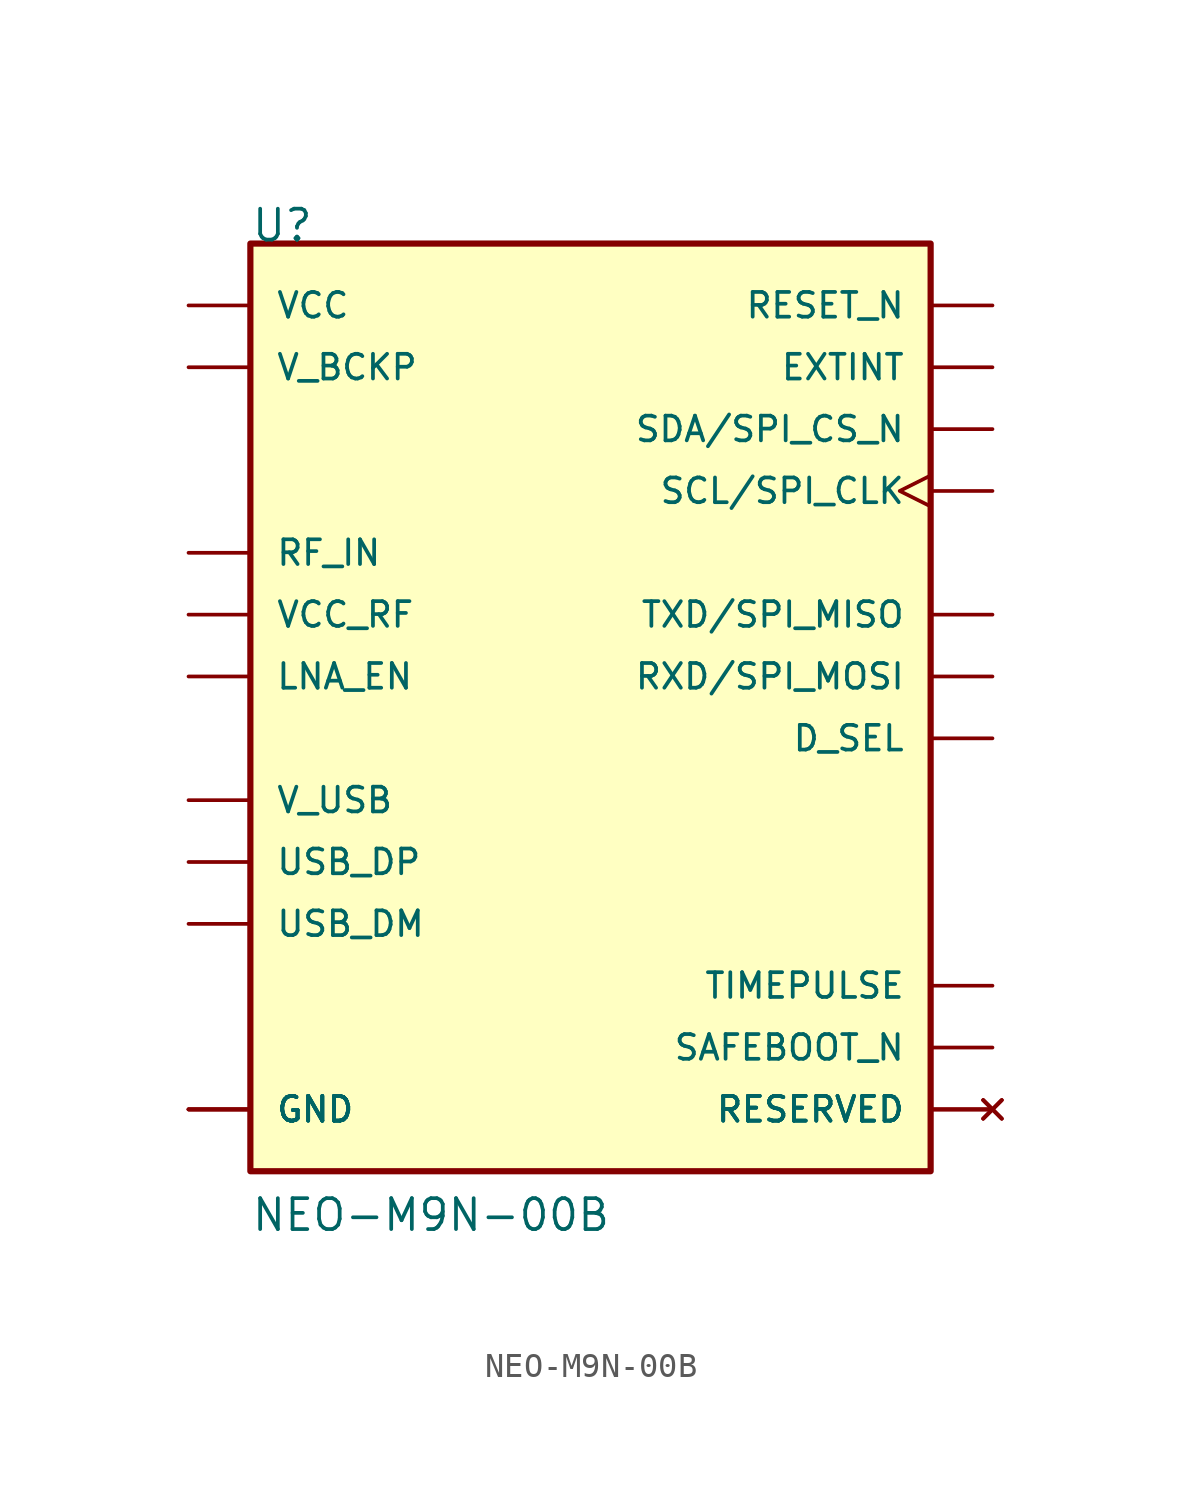
<source format=kicad_sym>
(kicad_symbol_lib
  (version 20211014)
  (generator kicad_symbol_editor)
  (symbol "NEO-M9N-00B"
    (pin_numbers hide)
    (pin_names
      (offset 1.016))
    (property "Reference" "U"
      (at -13.97 19.05 0)
      (effects (font (size 1.27 1.27)) (justify left bottom)))
    (property "Value" "NEO-M9N-00B"
      (at -13.97 -21.59 0)
      (effects (font (size 1.27 1.27)) (justify left bottom)))
    (property "ki_locked" ""
      (at 0 0 0)
      (effects (font (size 1.27 1.27))))
    (symbol "NEO-M9N-00B_0_0"
      (rectangle (start -13.97 19.05) (end 13.97 -19.05) (stroke (width 0.254) (type default) (color 0 0 0 0)) (fill (type background)))
      (pin input line (at 16.51 -13.97 180) (length 2.54) (name "SAFEBOOT_N" (effects (font (size 1.016 1.016)))) (number "1" (effects (font (size 1.016 1.016)))))
      (pin power_in line (at -16.51 -16.51 0) (length 2.54) (name "GND" (effects (font (size 1.016 1.016)))) (number "10" (effects (font (size 1.016 1.016)))))
      (pin input line (at -16.51 6.35 0) (length 2.54) (name "RF_IN" (effects (font (size 1.016 1.016)))) (number "11" (effects (font (size 1.016 1.016)))))
      (pin power_in line (at -16.51 -16.51 0) (length 2.54) (name "GND" (effects (font (size 1.016 1.016)))) (number "12" (effects (font (size 1.016 1.016)))))
      (pin power_in line (at -16.51 -16.51 0) (length 2.54) (name "GND" (effects (font (size 1.016 1.016)))) (number "13" (effects (font (size 1.016 1.016)))))
      (pin output line (at -16.51 1.27 0) (length 2.54) (name "LNA_EN" (effects (font (size 1.016 1.016)))) (number "14" (effects (font (size 1.016 1.016)))))
      (pin no_connect line (at 16.51 -16.51 180) (length 2.54) (name "RESERVED" (effects (font (size 1.016 1.016)))) (number "15" (effects (font (size 1.016 1.016)))))
      (pin no_connect line (at 16.51 -16.51 180) (length 2.54) (name "RESERVED" (effects (font (size 1.016 1.016)))) (number "16" (effects (font (size 1.016 1.016)))))
      (pin no_connect line (at 16.51 -16.51 180) (length 2.54) (name "RESERVED" (effects (font (size 1.016 1.016)))) (number "17" (effects (font (size 1.016 1.016)))))
      (pin bidirectional line (at 16.51 11.43 180) (length 2.54) (name "SDA/SPI_CS_N" (effects (font (size 1.016 1.016)))) (number "18" (effects (font (size 1.016 1.016)))))
      (pin bidirectional clock (at 16.51 8.89 180) (length 2.54) (name "SCL/SPI_CLK" (effects (font (size 1.016 1.016)))) (number "19" (effects (font (size 1.016 1.016)))))
      (pin input line (at 16.51 -1.27 180) (length 2.54) (name "D_SEL" (effects (font (size 1.016 1.016)))) (number "2" (effects (font (size 1.016 1.016)))))
      (pin output line (at 16.51 3.81 180) (length 2.54) (name "TXD/SPI_MISO" (effects (font (size 1.016 1.016)))) (number "20" (effects (font (size 1.016 1.016)))))
      (pin input line (at 16.51 1.27 180) (length 2.54) (name "RXD/SPI_MOSI" (effects (font (size 1.016 1.016)))) (number "21" (effects (font (size 1.016 1.016)))))
      (pin power_in line (at -16.51 13.97 0) (length 2.54) (name "V_BCKP" (effects (font (size 1.016 1.016)))) (number "22" (effects (font (size 1.016 1.016)))))
      (pin power_in line (at -16.51 16.51 0) (length 2.54) (name "VCC" (effects (font (size 1.016 1.016)))) (number "23" (effects (font (size 1.016 1.016)))))
      (pin power_in line (at -16.51 -16.51 0) (length 2.54) (name "GND" (effects (font (size 1.016 1.016)))) (number "24" (effects (font (size 1.016 1.016)))))
      (pin output line (at 16.51 -11.43 180) (length 2.54) (name "TIMEPULSE" (effects (font (size 1.016 1.016)))) (number "3" (effects (font (size 1.016 1.016)))))
      (pin input line (at 16.51 13.97 180) (length 2.54) (name "EXTINT" (effects (font (size 1.016 1.016)))) (number "4" (effects (font (size 1.016 1.016)))))
      (pin bidirectional line (at -16.51 -8.89 0) (length 2.54) (name "USB_DM" (effects (font (size 1.016 1.016)))) (number "5" (effects (font (size 1.016 1.016)))))
      (pin bidirectional line (at -16.51 -6.35 0) (length 2.54) (name "USB_DP" (effects (font (size 1.016 1.016)))) (number "6" (effects (font (size 1.016 1.016)))))
      (pin power_in line (at -16.51 -3.81 0) (length 2.54) (name "V_USB" (effects (font (size 1.016 1.016)))) (number "7" (effects (font (size 1.016 1.016)))))
      (pin input line (at 16.51 16.51 180) (length 2.54) (name "RESET_N" (effects (font (size 1.016 1.016)))) (number "8" (effects (font (size 1.016 1.016)))))
      (pin power_in line (at -16.51 3.81 0) (length 2.54) (name "VCC_RF" (effects (font (size 1.016 1.016)))) (number "9" (effects (font (size 1.016 1.016))))))))
</source>
